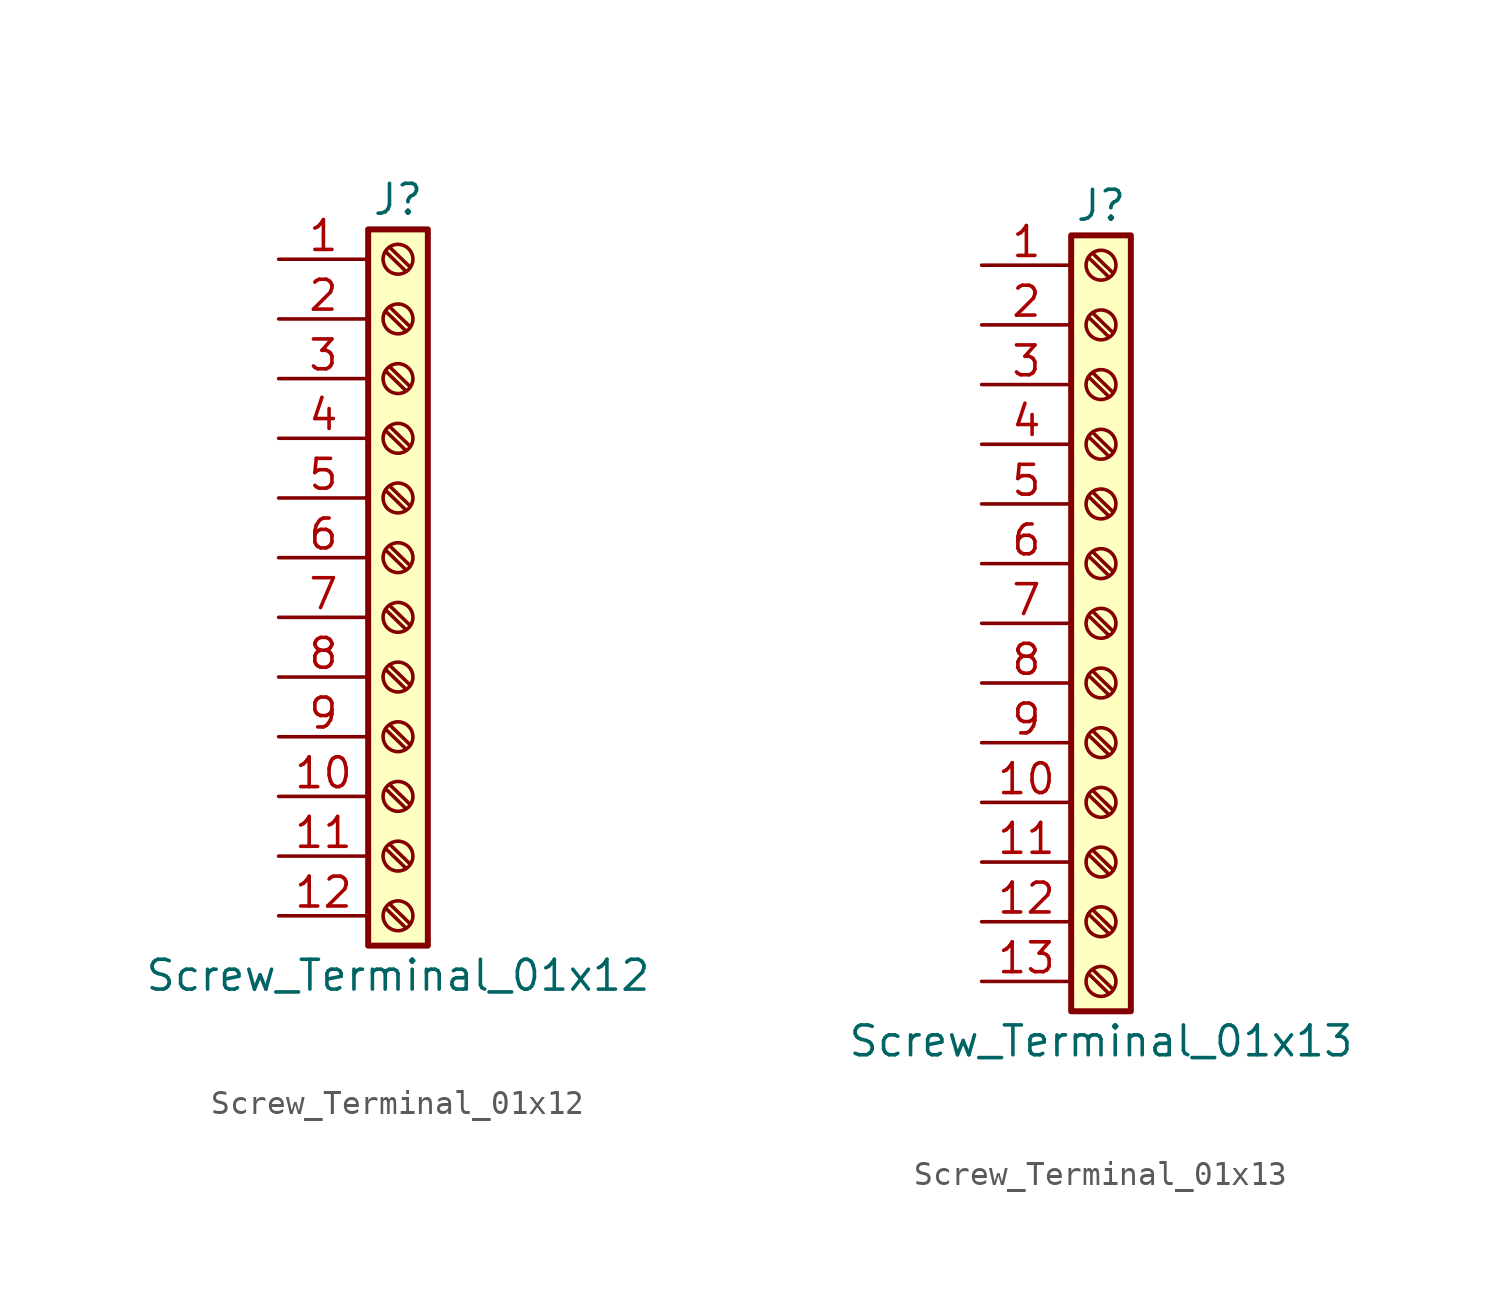
<source format=kicad_sym>
(kicad_symbol_lib
  (version 20241209)
  (generator "kicad_symbol_editor")
  (generator_version "9.0")
  (symbol "Screw_Terminal_01x12"
    (pin_names
      (offset 1.016)
      (hide yes))
    (property "Reference" "J"
      (at 0 15.24 0)
      (effects (font (size 1.27 1.27))))
    (property "Value" "Screw_Terminal_01x12"
      (at 0 -17.78 0)
      (effects (font (size 1.27 1.27))))
    (symbol "Screw_Terminal_01x12_1_1"
      (rectangle (start -1.27 13.97) (end 1.27 -16.51) (stroke (width 0.254) (type default)) (fill (type background)))
      (polyline (pts (xy -0.533 13.03) (xy 0.33 12.192)) (stroke (width 0.152) (type default)) (fill (type none)))
      (polyline (pts (xy -0.533 10.49) (xy 0.33 9.652)) (stroke (width 0.152) (type default)) (fill (type none)))
      (polyline (pts (xy -0.533 7.95) (xy 0.33 7.112)) (stroke (width 0.152) (type default)) (fill (type none)))
      (polyline (pts (xy -0.533 5.41) (xy 0.33 4.572)) (stroke (width 0.152) (type default)) (fill (type none)))
      (polyline (pts (xy -0.533 2.87) (xy 0.33 2.032)) (stroke (width 0.152) (type default)) (fill (type none)))
      (polyline (pts (xy -0.533 0.33) (xy 0.33 -0.508)) (stroke (width 0.152) (type default)) (fill (type none)))
      (polyline (pts (xy -0.533 -2.21) (xy 0.33 -3.048)) (stroke (width 0.152) (type default)) (fill (type none)))
      (polyline (pts (xy -0.533 -4.75) (xy 0.33 -5.588)) (stroke (width 0.152) (type default)) (fill (type none)))
      (polyline (pts (xy -0.533 -7.29) (xy 0.33 -8.128)) (stroke (width 0.152) (type default)) (fill (type none)))
      (polyline (pts (xy -0.533 -9.83) (xy 0.33 -10.668)) (stroke (width 0.152) (type default)) (fill (type none)))
      (polyline (pts (xy -0.533 -12.37) (xy 0.33 -13.208)) (stroke (width 0.152) (type default)) (fill (type none)))
      (polyline (pts (xy -0.533 -14.91) (xy 0.33 -15.748)) (stroke (width 0.152) (type default)) (fill (type none)))
      (polyline (pts (xy -0.356 13.208) (xy 0.508 12.37)) (stroke (width 0.152) (type default)) (fill (type none)))
      (polyline (pts (xy -0.356 10.668) (xy 0.508 9.83)) (stroke (width 0.152) (type default)) (fill (type none)))
      (polyline (pts (xy -0.356 8.128) (xy 0.508 7.29)) (stroke (width 0.152) (type default)) (fill (type none)))
      (polyline (pts (xy -0.356 5.588) (xy 0.508 4.75)) (stroke (width 0.152) (type default)) (fill (type none)))
      (polyline (pts (xy -0.356 3.048) (xy 0.508 2.21)) (stroke (width 0.152) (type default)) (fill (type none)))
      (polyline (pts (xy -0.356 0.508) (xy 0.508 -0.33)) (stroke (width 0.152) (type default)) (fill (type none)))
      (polyline (pts (xy -0.356 -2.032) (xy 0.508 -2.87)) (stroke (width 0.152) (type default)) (fill (type none)))
      (polyline (pts (xy -0.356 -4.572) (xy 0.508 -5.41)) (stroke (width 0.152) (type default)) (fill (type none)))
      (polyline (pts (xy -0.356 -7.112) (xy 0.508 -7.95)) (stroke (width 0.152) (type default)) (fill (type none)))
      (polyline (pts (xy -0.356 -9.652) (xy 0.508 -10.49)) (stroke (width 0.152) (type default)) (fill (type none)))
      (polyline (pts (xy -0.356 -12.192) (xy 0.508 -13.03)) (stroke (width 0.152) (type default)) (fill (type none)))
      (polyline (pts (xy -0.356 -14.732) (xy 0.508 -15.57)) (stroke (width 0.152) (type default)) (fill (type none)))
      (circle (center 0 12.7) (radius 0.635) (stroke (width 0.152) (type default)) (fill (type none)))
      (circle (center 0 10.16) (radius 0.635) (stroke (width 0.152) (type default)) (fill (type none)))
      (circle (center 0 7.62) (radius 0.635) (stroke (width 0.152) (type default)) (fill (type none)))
      (circle (center 0 5.08) (radius 0.635) (stroke (width 0.152) (type default)) (fill (type none)))
      (circle (center 0 2.54) (radius 0.635) (stroke (width 0.152) (type default)) (fill (type none)))
      (circle (center 0 0) (radius 0.635) (stroke (width 0.152) (type default)) (fill (type none)))
      (circle (center 0 -2.54) (radius 0.635) (stroke (width 0.152) (type default)) (fill (type none)))
      (circle (center 0 -5.08) (radius 0.635) (stroke (width 0.152) (type default)) (fill (type none)))
      (circle (center 0 -7.62) (radius 0.635) (stroke (width 0.152) (type default)) (fill (type none)))
      (circle (center 0 -10.16) (radius 0.635) (stroke (width 0.152) (type default)) (fill (type none)))
      (circle (center 0 -12.7) (radius 0.635) (stroke (width 0.152) (type default)) (fill (type none)))
      (circle (center 0 -15.24) (radius 0.635) (stroke (width 0.152) (type default)) (fill (type none)))
      (pin passive line (at -5.08 12.7 0) (length 3.81) (name "Pin_1" (effects (font (size 1.27 1.27)))) (number "1" (effects (font (size 1.27 1.27)))))
      (pin passive line (at -5.08 10.16 0) (length 3.81) (name "Pin_2" (effects (font (size 1.27 1.27)))) (number "2" (effects (font (size 1.27 1.27)))))
      (pin passive line (at -5.08 7.62 0) (length 3.81) (name "Pin_3" (effects (font (size 1.27 1.27)))) (number "3" (effects (font (size 1.27 1.27)))))
      (pin passive line (at -5.08 5.08 0) (length 3.81) (name "Pin_4" (effects (font (size 1.27 1.27)))) (number "4" (effects (font (size 1.27 1.27)))))
      (pin passive line (at -5.08 2.54 0) (length 3.81) (name "Pin_5" (effects (font (size 1.27 1.27)))) (number "5" (effects (font (size 1.27 1.27)))))
      (pin passive line (at -5.08 0 0) (length 3.81) (name "Pin_6" (effects (font (size 1.27 1.27)))) (number "6" (effects (font (size 1.27 1.27)))))
      (pin passive line (at -5.08 -2.54 0) (length 3.81) (name "Pin_7" (effects (font (size 1.27 1.27)))) (number "7" (effects (font (size 1.27 1.27)))))
      (pin passive line (at -5.08 -5.08 0) (length 3.81) (name "Pin_8" (effects (font (size 1.27 1.27)))) (number "8" (effects (font (size 1.27 1.27)))))
      (pin passive line (at -5.08 -7.62 0) (length 3.81) (name "Pin_9" (effects (font (size 1.27 1.27)))) (number "9" (effects (font (size 1.27 1.27)))))
      (pin passive line (at -5.08 -10.16 0) (length 3.81) (name "Pin_10" (effects (font (size 1.27 1.27)))) (number "10" (effects (font (size 1.27 1.27)))))
      (pin passive line (at -5.08 -12.7 0) (length 3.81) (name "Pin_11" (effects (font (size 1.27 1.27)))) (number "11" (effects (font (size 1.27 1.27)))))
      (pin passive line (at -5.08 -15.24 0) (length 3.81) (name "Pin_12" (effects (font (size 1.27 1.27)))) (number "12" (effects (font (size 1.27 1.27)))))))
  (symbol "Screw_Terminal_01x13"
    (pin_names
      (offset 1.016)
      (hide yes))
    (property "Reference" "J"
      (at 0 17.78 0)
      (effects (font (size 1.27 1.27))))
    (property "Value" "Screw_Terminal_01x13"
      (at 0 -17.78 0)
      (effects (font (size 1.27 1.27))))
    (symbol "Screw_Terminal_01x13_1_1"
      (rectangle (start -1.27 16.51) (end 1.27 -16.51) (stroke (width 0.254) (type default)) (fill (type background)))
      (polyline (pts (xy -0.533 15.57) (xy 0.33 14.732)) (stroke (width 0.152) (type default)) (fill (type none)))
      (polyline (pts (xy -0.533 13.03) (xy 0.33 12.192)) (stroke (width 0.152) (type default)) (fill (type none)))
      (polyline (pts (xy -0.533 10.49) (xy 0.33 9.652)) (stroke (width 0.152) (type default)) (fill (type none)))
      (polyline (pts (xy -0.533 7.95) (xy 0.33 7.112)) (stroke (width 0.152) (type default)) (fill (type none)))
      (polyline (pts (xy -0.533 5.41) (xy 0.33 4.572)) (stroke (width 0.152) (type default)) (fill (type none)))
      (polyline (pts (xy -0.533 2.87) (xy 0.33 2.032)) (stroke (width 0.152) (type default)) (fill (type none)))
      (polyline (pts (xy -0.533 0.33) (xy 0.33 -0.508)) (stroke (width 0.152) (type default)) (fill (type none)))
      (polyline (pts (xy -0.533 -2.21) (xy 0.33 -3.048)) (stroke (width 0.152) (type default)) (fill (type none)))
      (polyline (pts (xy -0.533 -4.75) (xy 0.33 -5.588)) (stroke (width 0.152) (type default)) (fill (type none)))
      (polyline (pts (xy -0.533 -7.29) (xy 0.33 -8.128)) (stroke (width 0.152) (type default)) (fill (type none)))
      (polyline (pts (xy -0.533 -9.83) (xy 0.33 -10.668)) (stroke (width 0.152) (type default)) (fill (type none)))
      (polyline (pts (xy -0.533 -12.37) (xy 0.33 -13.208)) (stroke (width 0.152) (type default)) (fill (type none)))
      (polyline (pts (xy -0.533 -14.91) (xy 0.33 -15.748)) (stroke (width 0.152) (type default)) (fill (type none)))
      (polyline (pts (xy -0.356 15.748) (xy 0.508 14.91)) (stroke (width 0.152) (type default)) (fill (type none)))
      (polyline (pts (xy -0.356 13.208) (xy 0.508 12.37)) (stroke (width 0.152) (type default)) (fill (type none)))
      (polyline (pts (xy -0.356 10.668) (xy 0.508 9.83)) (stroke (width 0.152) (type default)) (fill (type none)))
      (polyline (pts (xy -0.356 8.128) (xy 0.508 7.29)) (stroke (width 0.152) (type default)) (fill (type none)))
      (polyline (pts (xy -0.356 5.588) (xy 0.508 4.75)) (stroke (width 0.152) (type default)) (fill (type none)))
      (polyline (pts (xy -0.356 3.048) (xy 0.508 2.21)) (stroke (width 0.152) (type default)) (fill (type none)))
      (polyline (pts (xy -0.356 0.508) (xy 0.508 -0.33)) (stroke (width 0.152) (type default)) (fill (type none)))
      (polyline (pts (xy -0.356 -2.032) (xy 0.508 -2.87)) (stroke (width 0.152) (type default)) (fill (type none)))
      (polyline (pts (xy -0.356 -4.572) (xy 0.508 -5.41)) (stroke (width 0.152) (type default)) (fill (type none)))
      (polyline (pts (xy -0.356 -7.112) (xy 0.508 -7.95)) (stroke (width 0.152) (type default)) (fill (type none)))
      (polyline (pts (xy -0.356 -9.652) (xy 0.508 -10.49)) (stroke (width 0.152) (type default)) (fill (type none)))
      (polyline (pts (xy -0.356 -12.192) (xy 0.508 -13.03)) (stroke (width 0.152) (type default)) (fill (type none)))
      (polyline (pts (xy -0.356 -14.732) (xy 0.508 -15.57)) (stroke (width 0.152) (type default)) (fill (type none)))
      (circle (center 0 15.24) (radius 0.635) (stroke (width 0.152) (type default)) (fill (type none)))
      (circle (center 0 12.7) (radius 0.635) (stroke (width 0.152) (type default)) (fill (type none)))
      (circle (center 0 10.16) (radius 0.635) (stroke (width 0.152) (type default)) (fill (type none)))
      (circle (center 0 7.62) (radius 0.635) (stroke (width 0.152) (type default)) (fill (type none)))
      (circle (center 0 5.08) (radius 0.635) (stroke (width 0.152) (type default)) (fill (type none)))
      (circle (center 0 2.54) (radius 0.635) (stroke (width 0.152) (type default)) (fill (type none)))
      (circle (center 0 0) (radius 0.635) (stroke (width 0.152) (type default)) (fill (type none)))
      (circle (center 0 -2.54) (radius 0.635) (stroke (width 0.152) (type default)) (fill (type none)))
      (circle (center 0 -5.08) (radius 0.635) (stroke (width 0.152) (type default)) (fill (type none)))
      (circle (center 0 -7.62) (radius 0.635) (stroke (width 0.152) (type default)) (fill (type none)))
      (circle (center 0 -10.16) (radius 0.635) (stroke (width 0.152) (type default)) (fill (type none)))
      (circle (center 0 -12.7) (radius 0.635) (stroke (width 0.152) (type default)) (fill (type none)))
      (circle (center 0 -15.24) (radius 0.635) (stroke (width 0.152) (type default)) (fill (type none)))
      (pin passive line (at -5.08 15.24 0) (length 3.81) (name "Pin_1" (effects (font (size 1.27 1.27)))) (number "1" (effects (font (size 1.27 1.27)))))
      (pin passive line (at -5.08 12.7 0) (length 3.81) (name "Pin_2" (effects (font (size 1.27 1.27)))) (number "2" (effects (font (size 1.27 1.27)))))
      (pin passive line (at -5.08 10.16 0) (length 3.81) (name "Pin_3" (effects (font (size 1.27 1.27)))) (number "3" (effects (font (size 1.27 1.27)))))
      (pin passive line (at -5.08 7.62 0) (length 3.81) (name "Pin_4" (effects (font (size 1.27 1.27)))) (number "4" (effects (font (size 1.27 1.27)))))
      (pin passive line (at -5.08 5.08 0) (length 3.81) (name "Pin_5" (effects (font (size 1.27 1.27)))) (number "5" (effects (font (size 1.27 1.27)))))
      (pin passive line (at -5.08 2.54 0) (length 3.81) (name "Pin_6" (effects (font (size 1.27 1.27)))) (number "6" (effects (font (size 1.27 1.27)))))
      (pin passive line (at -5.08 0 0) (length 3.81) (name "Pin_7" (effects (font (size 1.27 1.27)))) (number "7" (effects (font (size 1.27 1.27)))))
      (pin passive line (at -5.08 -2.54 0) (length 3.81) (name "Pin_8" (effects (font (size 1.27 1.27)))) (number "8" (effects (font (size 1.27 1.27)))))
      (pin passive line (at -5.08 -5.08 0) (length 3.81) (name "Pin_9" (effects (font (size 1.27 1.27)))) (number "9" (effects (font (size 1.27 1.27)))))
      (pin passive line (at -5.08 -7.62 0) (length 3.81) (name "Pin_10" (effects (font (size 1.27 1.27)))) (number "10" (effects (font (size 1.27 1.27)))))
      (pin passive line (at -5.08 -10.16 0) (length 3.81) (name "Pin_11" (effects (font (size 1.27 1.27)))) (number "11" (effects (font (size 1.27 1.27)))))
      (pin passive line (at -5.08 -12.7 0) (length 3.81) (name "Pin_12" (effects (font (size 1.27 1.27)))) (number "12" (effects (font (size 1.27 1.27)))))
      (pin passive line (at -5.08 -15.24 0) (length 3.81) (name "Pin_13" (effects (font (size 1.27 1.27)))) (number "13" (effects (font (size 1.27 1.27))))))))
</source>
